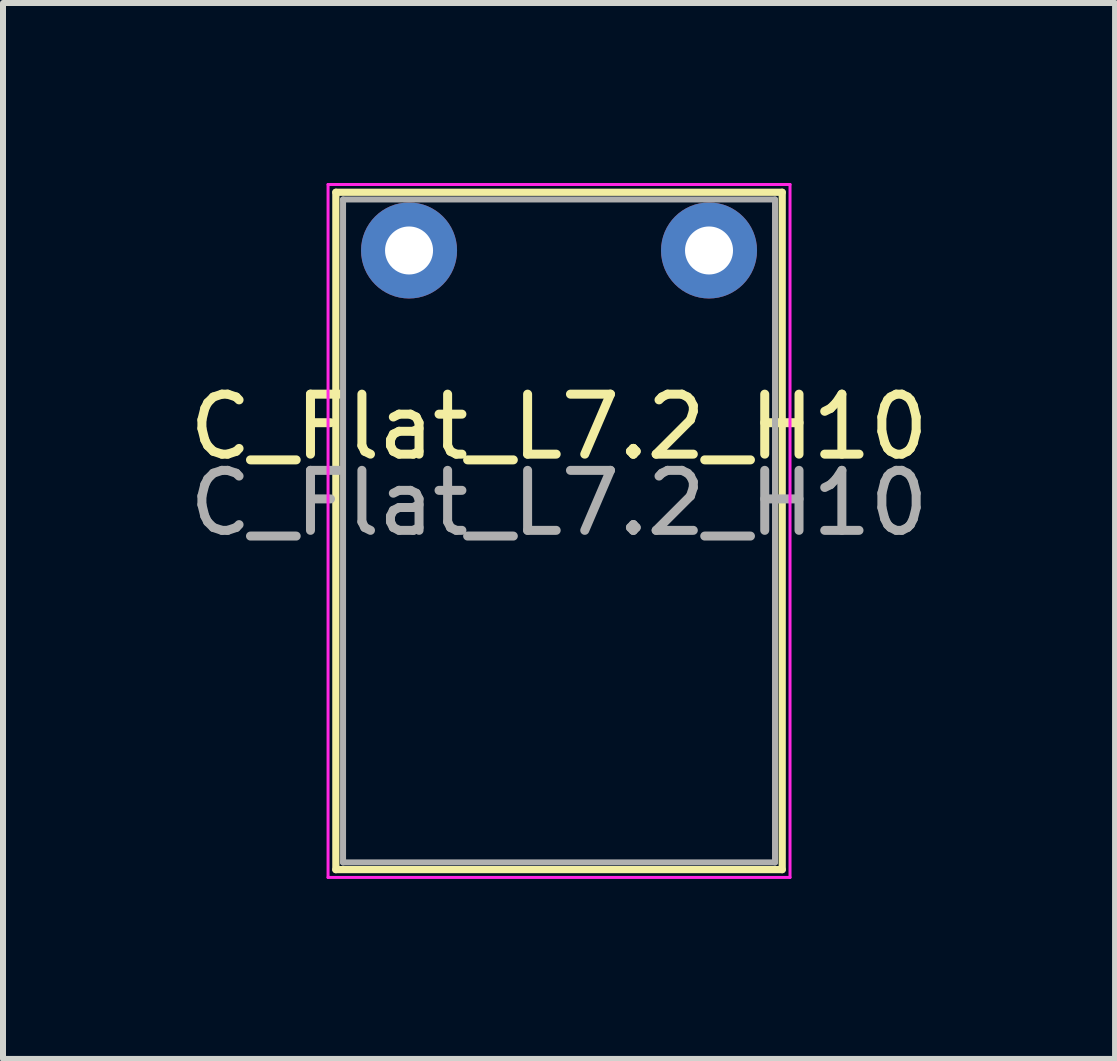
<source format=kicad_pcb>
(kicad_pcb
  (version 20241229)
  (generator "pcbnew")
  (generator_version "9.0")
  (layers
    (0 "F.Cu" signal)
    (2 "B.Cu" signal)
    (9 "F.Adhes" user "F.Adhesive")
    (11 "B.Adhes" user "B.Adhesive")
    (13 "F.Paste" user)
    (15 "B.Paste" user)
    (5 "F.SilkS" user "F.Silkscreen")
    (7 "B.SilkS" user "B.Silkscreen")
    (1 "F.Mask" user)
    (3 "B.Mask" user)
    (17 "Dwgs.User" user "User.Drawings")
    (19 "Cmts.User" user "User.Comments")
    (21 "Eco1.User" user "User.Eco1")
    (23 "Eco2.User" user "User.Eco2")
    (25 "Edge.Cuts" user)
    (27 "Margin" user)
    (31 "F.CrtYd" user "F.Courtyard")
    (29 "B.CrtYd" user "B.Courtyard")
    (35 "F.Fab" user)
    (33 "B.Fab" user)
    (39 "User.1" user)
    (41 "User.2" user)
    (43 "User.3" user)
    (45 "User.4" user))
  (footprint "C_Flat_L7.2_H10"
    (layer "F.Cu")
    (at 3.768 1.525)
    (property "Reference" "C_Flat_L7.2_H10" (at 2.5 2.54 0) (layer "F.SilkS") (effects (font (size 1 1) (thickness 0.15))))
    (attr through_hole)
    (fp_line (start -1.22 -1.37) (end -1.22 9.92) (stroke (width 0.12) (type solid)) (layer "F.SilkS"))
    (fp_line (start -1.22 -1.37) (end 6.22 -1.37) (stroke (width 0.12) (type solid)) (layer "F.SilkS"))
    (fp_line (start -1.22 9.92) (end 6.22 9.92) (stroke (width 0.12) (type solid)) (layer "F.SilkS"))
    (fp_line (start 6.22 -1.37) (end 6.22 9.92) (stroke (width 0.12) (type solid)) (layer "F.SilkS"))
    (fp_line (start -1.35 -1.5) (end -1.35 10.05) (stroke (width 0.05) (type solid)) (layer "F.CrtYd"))
    (fp_line (start -1.35 10.05) (end 6.35 10.05) (stroke (width 0.05) (type solid)) (layer "F.CrtYd"))
    (fp_line (start 6.35 -1.5) (end -1.35 -1.5) (stroke (width 0.05) (type solid)) (layer "F.CrtYd"))
    (fp_line (start 6.35 10.05) (end 6.35 -1.5) (stroke (width 0.05) (type solid)) (layer "F.CrtYd"))
    (fp_line (start -1.1 -1.25) (end -1.1 9.8) (stroke (width 0.1) (type solid)) (layer "F.Fab"))
    (fp_line (start -1.1 9.8) (end 6.1 9.8) (stroke (width 0.1) (type solid)) (layer "F.Fab"))
    (fp_line (start 6.1 -1.25) (end -1.1 -1.25) (stroke (width 0.1) (type solid)) (layer "F.Fab"))
    (fp_line (start 6.1 9.8) (end 6.1 -1.25) (stroke (width 0.1) (type solid)) (layer "F.Fab"))
    (fp_text user "${REFERENCE}" (at 2.5 3.81 0) (layer "F.Fab") (effects (font (size 1 1) (thickness 0.15))))
    (pad "1" thru_hole circle (at 0 -0.4) (size 1.6 1.6) (drill 0.8) (layers "*.Cu" "*.Mask"))
    (pad "2" thru_hole circle (at 5 -0.4) (size 1.6 1.6) (drill 0.8) (layers "*.Cu" "*.Mask")))
  (gr_rect
    (start -3 -3)
    (end 15.536 14.6)
    (stroke (width 0.1) (type default))
    (fill no)
    (layer "Edge.Cuts")))
</source>
